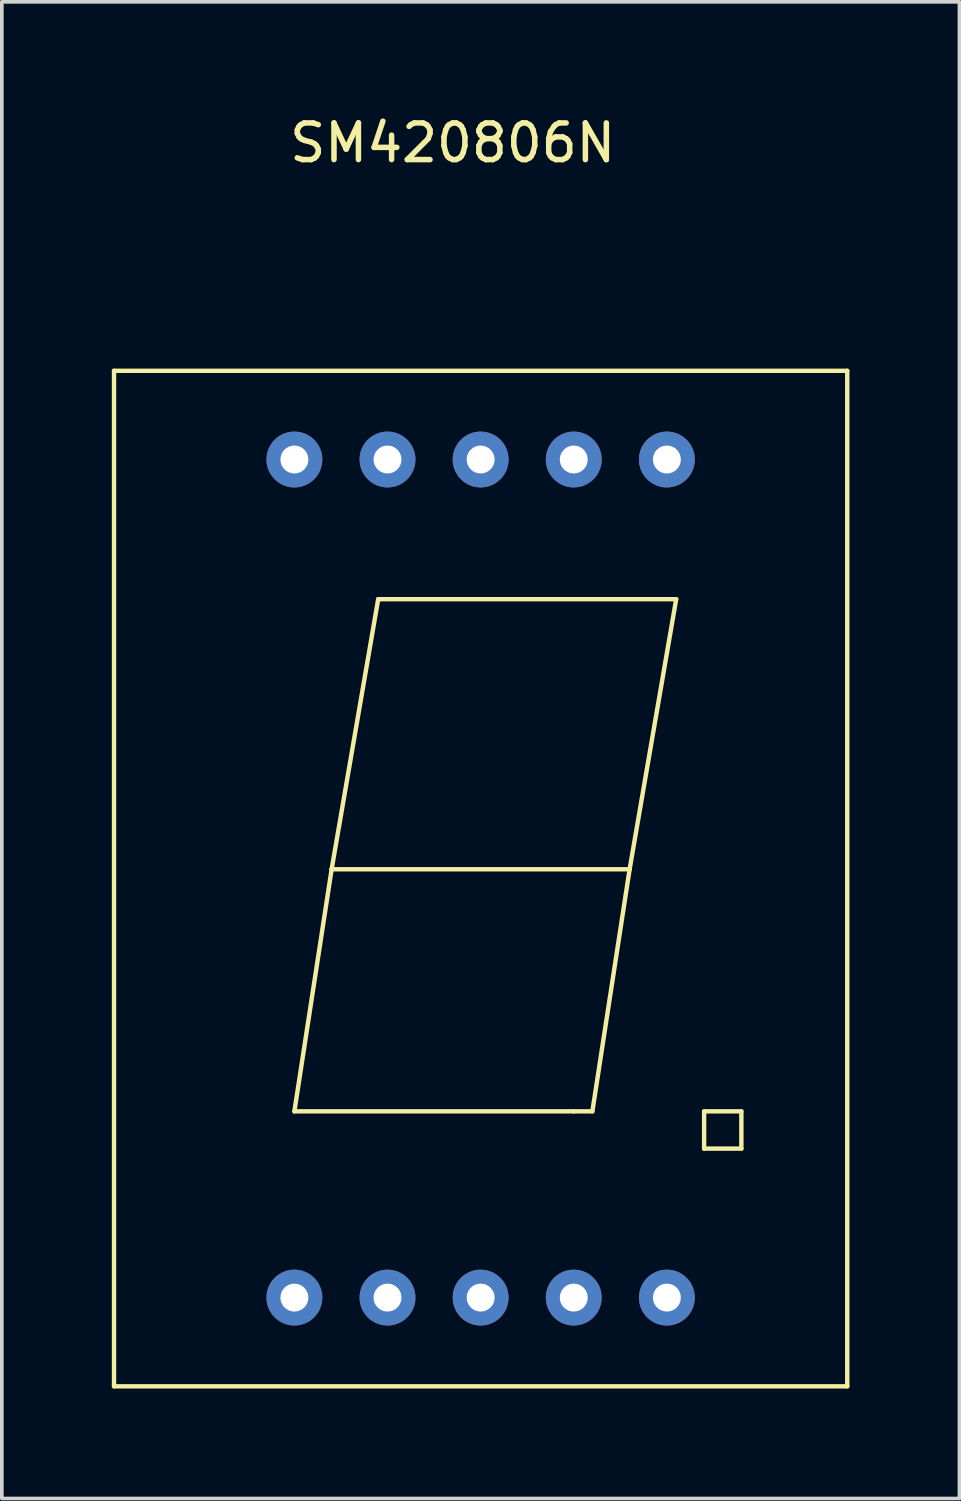
<source format=kicad_pcb>
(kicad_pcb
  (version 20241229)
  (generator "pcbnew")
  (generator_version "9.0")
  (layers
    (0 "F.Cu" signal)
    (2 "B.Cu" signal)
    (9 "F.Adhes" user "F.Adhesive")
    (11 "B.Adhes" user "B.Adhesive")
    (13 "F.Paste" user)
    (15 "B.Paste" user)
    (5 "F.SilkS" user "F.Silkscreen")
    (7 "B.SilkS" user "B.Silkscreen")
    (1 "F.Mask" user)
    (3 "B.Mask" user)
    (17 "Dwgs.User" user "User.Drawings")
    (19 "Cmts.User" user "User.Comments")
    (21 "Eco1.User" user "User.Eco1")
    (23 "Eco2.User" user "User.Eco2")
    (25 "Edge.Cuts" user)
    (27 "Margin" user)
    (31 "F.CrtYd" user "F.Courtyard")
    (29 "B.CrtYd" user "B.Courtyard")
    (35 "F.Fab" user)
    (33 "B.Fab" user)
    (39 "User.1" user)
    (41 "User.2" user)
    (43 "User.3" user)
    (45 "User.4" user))
  (footprint "SM420806N"
    (layer "F.Cu")
    (at 10.06 20.914)
    (property "Reference" "SM420806N" (at -0.762 -20.066 0) (layer "F.SilkS") (effects (font (size 1 1) (thickness 0.15))))
    (attr through_hole)
    (fp_line (start -10 -13.85) (end 10 -13.85) (stroke (width 0.12) (type solid)) (layer "F.SilkS"))
    (fp_line (start -10 13.85) (end -10 -13.85) (stroke (width 0.12) (type solid)) (layer "F.SilkS"))
    (fp_line (start -5.08 6.35) (end 2.54 6.35) (stroke (width 0.12) (type solid)) (layer "F.SilkS"))
    (fp_line (start -4.064 -0.254) (end -5.08 6.35) (stroke (width 0.12) (type solid)) (layer "F.SilkS"))
    (fp_line (start -4.064 -0.254) (end -2.794 -7.62) (stroke (width 0.12) (type solid)) (layer "F.SilkS"))
    (fp_line (start -2.794 -7.62) (end 5.334 -7.62) (stroke (width 0.12) (type solid)) (layer "F.SilkS"))
    (fp_line (start 2.54 6.35) (end 3.048 6.35) (stroke (width 0.12) (type solid)) (layer "F.SilkS"))
    (fp_line (start 4.064 -0.254) (end -4.064 -0.254) (stroke (width 0.12) (type solid)) (layer "F.SilkS"))
    (fp_line (start 4.064 -0.254) (end 3.048 6.35) (stroke (width 0.12) (type solid)) (layer "F.SilkS"))
    (fp_line (start 5.334 -7.62) (end 4.064 -0.254) (stroke (width 0.12) (type solid)) (layer "F.SilkS"))
    (fp_line (start 6.096 6.35) (end 6.096 7.366) (stroke (width 0.12) (type solid)) (layer "F.SilkS"))
    (fp_line (start 6.096 7.366) (end 7.112 7.366) (stroke (width 0.12) (type solid)) (layer "F.SilkS"))
    (fp_line (start 7.112 6.35) (end 6.096 6.35) (stroke (width 0.12) (type solid)) (layer "F.SilkS"))
    (fp_line (start 7.112 7.366) (end 7.112 6.35) (stroke (width 0.12) (type solid)) (layer "F.SilkS"))
    (fp_line (start 10 -13.85) (end 10 13.85) (stroke (width 0.12) (type solid)) (layer "F.SilkS"))
    (fp_line (start 10 13.85) (end -10 13.85) (stroke (width 0.12) (type solid)) (layer "F.SilkS"))
    (pad "1" thru_hole circle (at -5.08 11.43) (size 1.524 1.524) (drill 0.762) (layers "*.Cu" "*.Mask"))
    (pad "2" thru_hole circle (at -2.54 11.43) (size 1.524 1.524) (drill 0.762) (layers "*.Cu" "*.Mask"))
    (pad "3" thru_hole circle (at 0 11.43) (size 1.524 1.524) (drill 0.762) (layers "*.Cu" "*.Mask"))
    (pad "4" thru_hole circle (at 2.54 11.43) (size 1.524 1.524) (drill 0.762) (layers "*.Cu" "*.Mask"))
    (pad "5" thru_hole circle (at 5.08 11.43) (size 1.524 1.524) (drill 0.762) (layers "*.Cu" "*.Mask"))
    (pad "6" thru_hole circle (at 5.08 -11.43) (size 1.524 1.524) (drill 0.762) (layers "*.Cu" "*.Mask"))
    (pad "7" thru_hole circle (at 2.54 -11.43) (size 1.524 1.524) (drill 0.762) (layers "*.Cu" "*.Mask"))
    (pad "8" thru_hole circle (at 0 -11.43) (size 1.524 1.524) (drill 0.762) (layers "*.Cu" "*.Mask"))
    (pad "9" thru_hole circle (at -2.54 -11.43) (size 1.524 1.524) (drill 0.762) (layers "*.Cu" "*.Mask"))
    (pad "10" thru_hole circle (at -5.08 -11.43) (size 1.524 1.524) (drill 0.762) (layers "*.Cu" "*.Mask")))
  (gr_rect
    (start -3 -3)
    (end 23.12 37.824)
    (stroke (width 0.1) (type default))
    (fill no)
    (layer "Edge.Cuts")))
</source>
